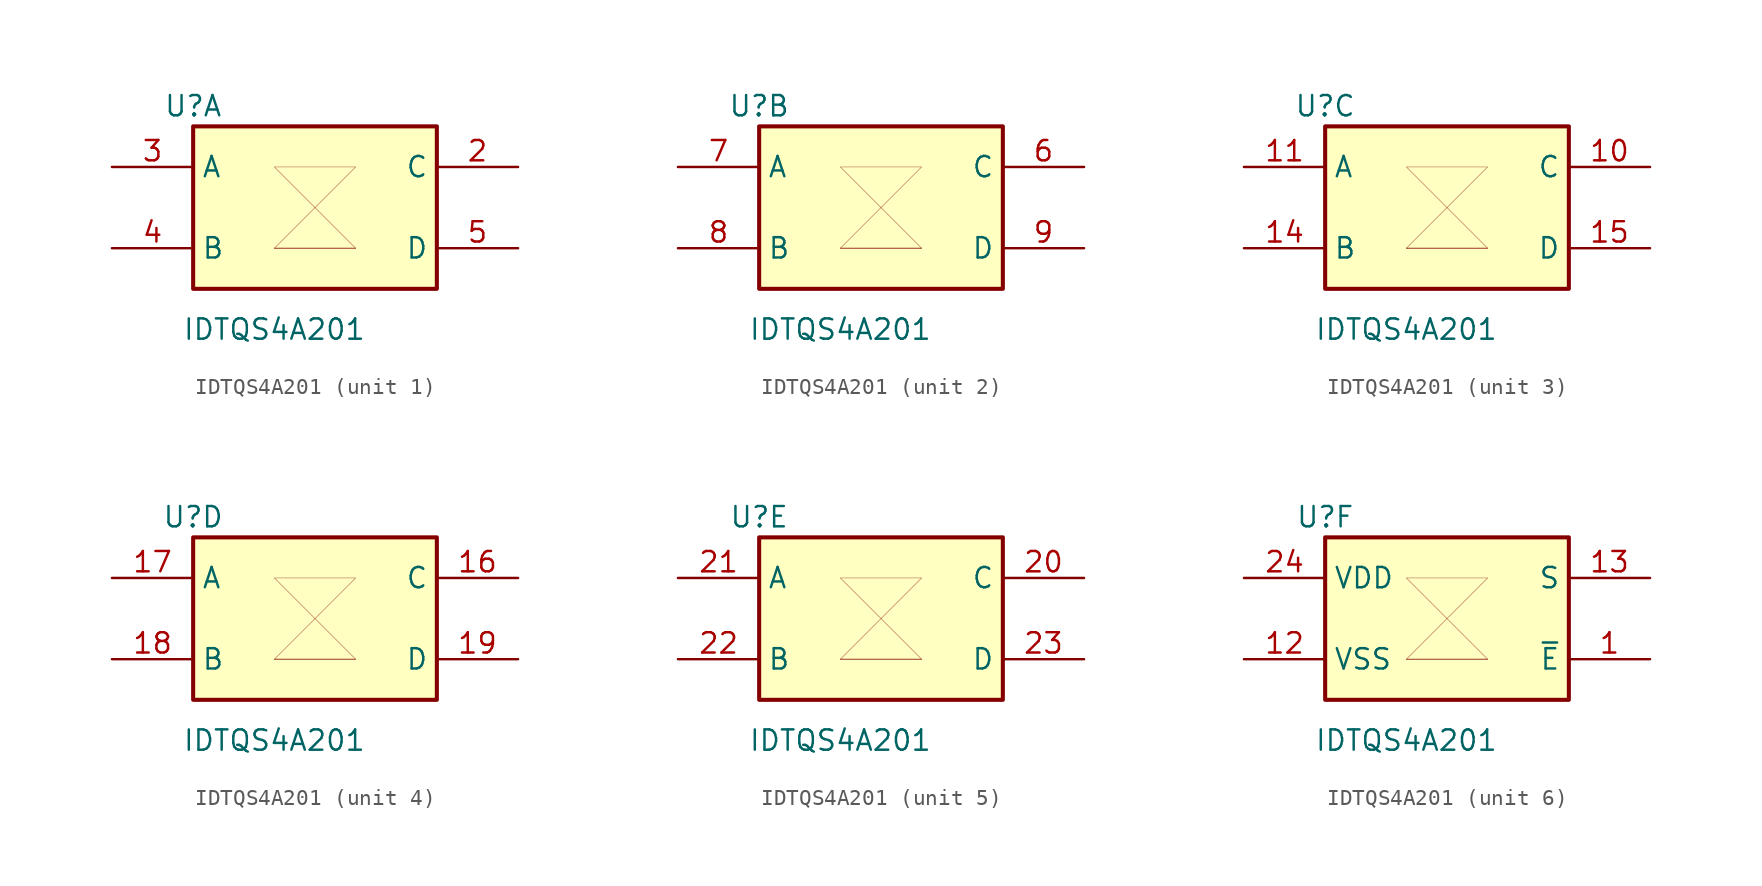
<source format=kicad_sym>
(kicad_symbol_lib
  (version 20200126)
  (host kicad_symbol_editor "(5.99.0-1846-ga8c2d17d6)")
  (symbol "IDTQS4A201:IDTQS4A201"
    (property "Reference" "U"
      (at -7.62 6.35 0)
      (effects (font (size 1.27 1.27))))
    (property "Value" "IDTQS4A201"
      (at -2.54 -7.62 0)
      (effects (font (size 1.27 1.27))))
    (symbol "IDTQS4A201_1_1"
      (rectangle (start -7.62 5.08) (end 7.62 -5.08) (stroke (width 0.254)) (fill (type background))))
    (symbol "IDTQS4A201_2_1"
      (rectangle (start -7.62 5.08) (end 7.62 -5.08) (stroke (width 0.254)) (fill (type background))))
    (symbol "IDTQS4A201_3_1"
      (rectangle (start -7.62 5.08) (end 7.62 -5.08) (stroke (width 0.254)) (fill (type background))))
    (symbol "IDTQS4A201_4_1"
      (rectangle (start -7.62 5.08) (end 7.62 -5.08) (stroke (width 0.254)) (fill (type background))))
    (symbol "IDTQS4A201_5_1"
      (rectangle (start -7.62 5.08) (end 7.62 -5.08) (stroke (width 0.254)) (fill (type background))))
    (symbol "IDTQS4A201_6_1"
      (rectangle (start -7.62 5.08) (end 7.62 -5.08) (stroke (width 0.254)) (fill (type background))))
    (symbol "IDTQS4A201_0_1"
      (polyline (pts (xy -2.54 2.54) (xy 2.54 2.54)) (stroke (width 0.01)) (fill (type none)))
      (polyline (pts (xy -2.54 -2.54) (xy 2.54 -2.54)) (stroke (width 0.05)) (fill (type none)))
      (polyline (pts (xy -2.54 2.54) (xy 2.54 -2.54)) (stroke (width 0.001)) (fill (type none)))
      (polyline (pts (xy -2.54 -2.54) (xy 2.54 2.54)) (stroke (width 0.001)) (fill (type none))))
    (symbol "IDTQS4A201_1_0"
      (pin passive line (at -12.7 2.54 0) (length 5.08) (name "A" (effects (font (size 1.27 1.27)))) (number "3" (effects (font (size 1.27 1.27)))))
      (pin passive line (at -12.7 -2.54 0) (length 5.08) (name "B" (effects (font (size 1.27 1.27)))) (number "4" (effects (font (size 1.27 1.27)))))
      (pin passive line (at 12.7 2.54 180) (length 5.08) (name "C" (effects (font (size 1.27 1.27)))) (number "2" (effects (font (size 1.27 1.27)))))
      (pin passive line (at 12.7 -2.54 180) (length 5.08) (name "D" (effects (font (size 1.27 1.27)))) (number "5" (effects (font (size 1.27 1.27))))))
    (symbol "IDTQS4A201_5_0"
      (pin passive line (at -12.7 2.54 0) (length 5.08) (name "A" (effects (font (size 1.27 1.27)))) (number "21" (effects (font (size 1.27 1.27)))))
      (pin passive line (at -12.7 -2.54 0) (length 5.08) (name "B" (effects (font (size 1.27 1.27)))) (number "22" (effects (font (size 1.27 1.27)))))
      (pin passive line (at 12.7 2.54 180) (length 5.08) (name "C" (effects (font (size 1.27 1.27)))) (number "20" (effects (font (size 1.27 1.27)))))
      (pin passive line (at 12.7 -2.54 180) (length 5.08) (name "D" (effects (font (size 1.27 1.27)))) (number "23" (effects (font (size 1.27 1.27))))))
    (symbol "IDTQS4A201_6_0"
      (pin power_in line (at -12.7 2.54 0) (length 5.08) (name "VDD" (effects (font (size 1.27 1.27)))) (number "24" (effects (font (size 1.27 1.27)))))
      (pin passive line (at -12.7 -2.54 0) (length 5.08) (name "VSS" (effects (font (size 1.27 1.27)))) (number "12" (effects (font (size 1.27 1.27)))))
      (pin passive line (at 12.7 2.54 180) (length 5.08) (name "S" (effects (font (size 1.27 1.27)))) (number "13" (effects (font (size 1.27 1.27)))))
      (pin passive line (at 12.7 -2.54 180) (length 5.08) (name "~E" (effects (font (size 1.27 1.27)))) (number "1" (effects (font (size 1.27 1.27))))))
    (symbol "IDTQS4A201_2_0"
      (pin passive line (at -12.7 2.54 0) (length 5.08) (name "A" (effects (font (size 1.27 1.27)))) (number "7" (effects (font (size 1.27 1.27)))))
      (pin passive line (at -12.7 -2.54 0) (length 5.08) (name "B" (effects (font (size 1.27 1.27)))) (number "8" (effects (font (size 1.27 1.27)))))
      (pin passive line (at 12.7 2.54 180) (length 5.08) (name "C" (effects (font (size 1.27 1.27)))) (number "6" (effects (font (size 1.27 1.27)))))
      (pin passive line (at 12.7 -2.54 180) (length 5.08) (name "D" (effects (font (size 1.27 1.27)))) (number "9" (effects (font (size 1.27 1.27))))))
    (symbol "IDTQS4A201_3_0"
      (pin passive line (at -12.7 2.54 0) (length 5.08) (name "A" (effects (font (size 1.27 1.27)))) (number "11" (effects (font (size 1.27 1.27)))))
      (pin passive line (at -12.7 -2.54 0) (length 5.08) (name "B" (effects (font (size 1.27 1.27)))) (number "14" (effects (font (size 1.27 1.27)))))
      (pin passive line (at 12.7 2.54 180) (length 5.08) (name "C" (effects (font (size 1.27 1.27)))) (number "10" (effects (font (size 1.27 1.27)))))
      (pin passive line (at 12.7 -2.54 180) (length 5.08) (name "D" (effects (font (size 1.27 1.27)))) (number "15" (effects (font (size 1.27 1.27))))))
    (symbol "IDTQS4A201_4_0"
      (pin passive line (at -12.7 2.54 0) (length 5.08) (name "A" (effects (font (size 1.27 1.27)))) (number "17" (effects (font (size 1.27 1.27)))))
      (pin passive line (at -12.7 -2.54 0) (length 5.08) (name "B" (effects (font (size 1.27 1.27)))) (number "18" (effects (font (size 1.27 1.27)))))
      (pin passive line (at 12.7 2.54 180) (length 5.08) (name "C" (effects (font (size 1.27 1.27)))) (number "16" (effects (font (size 1.27 1.27)))))
      (pin passive line (at 12.7 -2.54 180) (length 5.08) (name "D" (effects (font (size 1.27 1.27)))) (number "19" (effects (font (size 1.27 1.27))))))))
</source>
